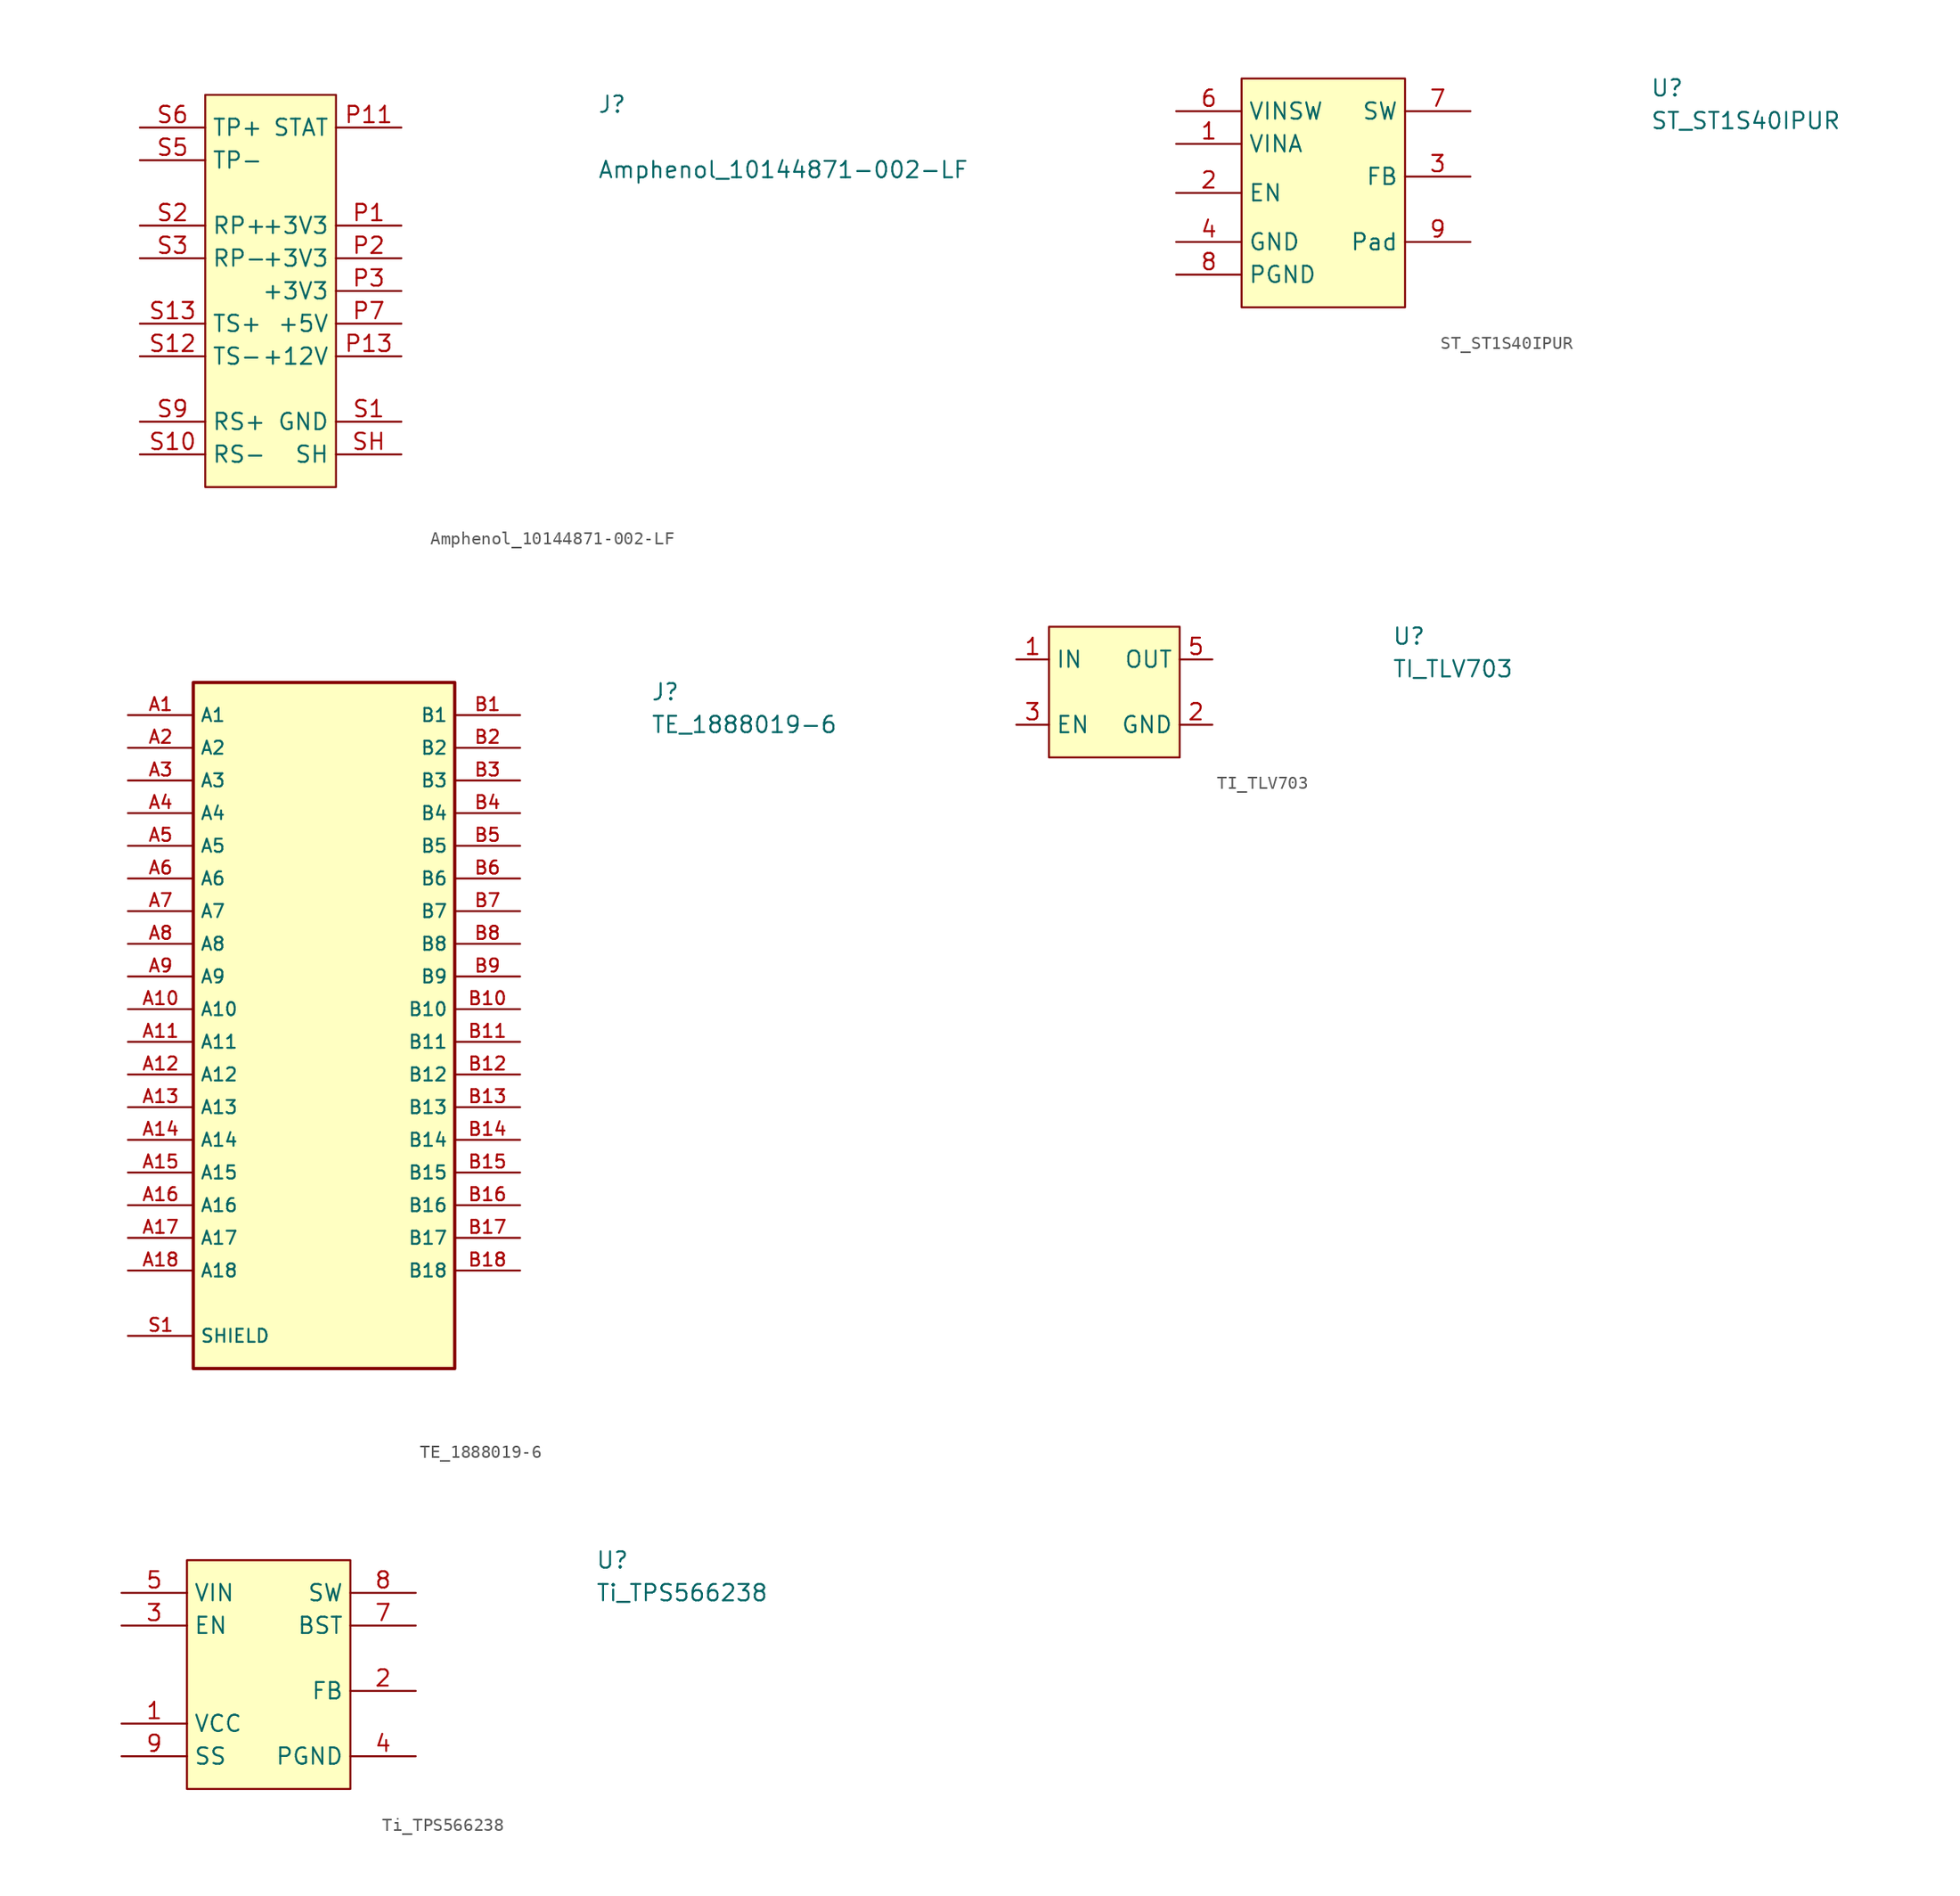
<source format=kicad_sym>
(kicad_symbol_lib
  (version 20231120)
  (generator "kicad_symbol_editor")
  (generator_version "8.0")
  (symbol "Amphenol_10144871-002-LF"
    (property "Reference" "J"
      (at 25.4 15.24 0)
      (effects (font (size 1.27 1.27)) (justify left top)))
    (property "Value" "Amphenol_10144871-002-LF"
      (at 25.4 10.16 0)
      (effects (font (size 1.27 1.27)) (justify left top)))
    (symbol "Amphenol_10144871-002-LF_0_0"
      (pin power_in line (at 10.16 5.08 180) (length 5.08) (name "+3V3" (effects (font (size 1.27 1.27)))) (number "P1" (effects (font (size 1.27 1.27)))))
      (pin passive line (at 10.16 -10.16 180) (length 5.08) hide (name "GND" (effects (font (size 1.27 1.27)))) (number "P10" (effects (font (size 1.27 1.27)))))
      (pin passive line (at 10.16 -10.16 180) (length 5.08) hide (name "GND" (effects (font (size 1.27 1.27)))) (number "P12" (effects (font (size 1.27 1.27)))))
      (pin power_in line (at 10.16 -5.08 180) (length 5.08) (name "+12V" (effects (font (size 1.27 1.27)))) (number "P13" (effects (font (size 1.27 1.27)))))
      (pin power_in line (at 10.16 -5.08 180) (length 5.08) hide (name "+12V" (effects (font (size 1.27 1.27)))) (number "P14" (effects (font (size 1.27 1.27)))))
      (pin power_in line (at 10.16 -5.08 180) (length 5.08) hide (name "+12V" (effects (font (size 1.27 1.27)))) (number "P15" (effects (font (size 1.27 1.27)))))
      (pin power_in line (at 10.16 2.54 180) (length 5.08) (name "+3V3" (effects (font (size 1.27 1.27)))) (number "P2" (effects (font (size 1.27 1.27)))))
      (pin power_in line (at 10.16 0 180) (length 5.08) (name "+3V3" (effects (font (size 1.27 1.27)))) (number "P3" (effects (font (size 1.27 1.27)))))
      (pin passive line (at 10.16 -10.16 180) (length 5.08) hide (name "GND" (effects (font (size 1.27 1.27)))) (number "P4" (effects (font (size 1.27 1.27)))))
      (pin passive line (at 10.16 -10.16 180) (length 5.08) hide (name "GND" (effects (font (size 1.27 1.27)))) (number "P5" (effects (font (size 1.27 1.27)))))
      (pin passive line (at 10.16 -10.16 180) (length 5.08) hide (name "GND" (effects (font (size 1.27 1.27)))) (number "P6" (effects (font (size 1.27 1.27)))))
      (pin power_in line (at 10.16 -2.54 180) (length 5.08) (name "+5V" (effects (font (size 1.27 1.27)))) (number "P7" (effects (font (size 1.27 1.27)))))
      (pin power_in line (at 10.16 -2.54 180) (length 5.08) hide (name "+5V" (effects (font (size 1.27 1.27)))) (number "P8" (effects (font (size 1.27 1.27)))))
      (pin power_in line (at 10.16 -2.54 180) (length 5.08) hide (name "+5V" (effects (font (size 1.27 1.27)))) (number "P9" (effects (font (size 1.27 1.27)))))
      (pin passive line (at 10.16 -10.16 180) (length 5.08) (name "GND" (effects (font (size 1.27 1.27)))) (number "S1" (effects (font (size 1.27 1.27)))))
      (pin input line (at -10.16 -12.7 0) (length 5.08) (name "RS-" (effects (font (size 1.27 1.27)))) (number "S10" (effects (font (size 1.27 1.27)))))
      (pin passive line (at 10.16 -10.16 180) (length 5.08) hide (name "GND" (effects (font (size 1.27 1.27)))) (number "S11" (effects (font (size 1.27 1.27)))))
      (pin output line (at -10.16 -5.08 0) (length 5.08) (name "TS-" (effects (font (size 1.27 1.27)))) (number "S12" (effects (font (size 1.27 1.27)))))
      (pin output line (at -10.16 -2.54 0) (length 5.08) (name "TS+" (effects (font (size 1.27 1.27)))) (number "S13" (effects (font (size 1.27 1.27)))))
      (pin passive line (at 10.16 -10.16 180) (length 5.08) hide (name "GND" (effects (font (size 1.27 1.27)))) (number "S14" (effects (font (size 1.27 1.27)))))
      (pin input line (at -10.16 5.08 0) (length 5.08) (name "RP+" (effects (font (size 1.27 1.27)))) (number "S2" (effects (font (size 1.27 1.27)))))
      (pin input line (at -10.16 2.54 0) (length 5.08) (name "RP-" (effects (font (size 1.27 1.27)))) (number "S3" (effects (font (size 1.27 1.27)))))
      (pin passive line (at 10.16 -10.16 180) (length 5.08) hide (name "GND" (effects (font (size 1.27 1.27)))) (number "S4" (effects (font (size 1.27 1.27)))))
      (pin output line (at -10.16 10.16 0) (length 5.08) (name "TP-" (effects (font (size 1.27 1.27)))) (number "S5" (effects (font (size 1.27 1.27)))))
      (pin output line (at -10.16 12.7 0) (length 5.08) (name "TP+" (effects (font (size 1.27 1.27)))) (number "S6" (effects (font (size 1.27 1.27)))))
      (pin passive line (at 10.16 -10.16 180) (length 5.08) hide (name "GND" (effects (font (size 1.27 1.27)))) (number "S7" (effects (font (size 1.27 1.27)))))
      (pin passive line (at 10.16 -10.16 180) (length 5.08) hide (name "GND" (effects (font (size 1.27 1.27)))) (number "S8" (effects (font (size 1.27 1.27)))))
      (pin input line (at -10.16 -10.16 0) (length 5.08) (name "RS+" (effects (font (size 1.27 1.27)))) (number "S9" (effects (font (size 1.27 1.27))))))
    (symbol "Amphenol_10144871-002-LF_0_1"
      (rectangle (start -5.08 15.24) (end 5.08 -15.24) (stroke (width 0) (type default)) (fill (type background))))
    (symbol "Amphenol_10144871-002-LF_1_0"
      (pin open_collector line (at 10.16 12.7 180) (length 5.08) (name "STAT" (effects (font (size 1.27 1.27)))) (number "P11" (effects (font (size 1.27 1.27)))))
      (pin passive line (at 10.16 -12.7 180) (length 5.08) (name "SH" (effects (font (size 1.27 1.27)))) (number "SH" (effects (font (size 1.27 1.27)))))))
  (symbol "ST_ST1S40IPUR"
    (property "Reference" "U"
      (at 25.4 8.89 0)
      (effects (font (size 1.27 1.27)) (justify left top)))
    (property "Value" "ST_ST1S40IPUR"
      (at 25.4 6.35 0)
      (effects (font (size 1.27 1.27)) (justify left top)))
    (symbol "ST_ST1S40IPUR_0_1"
      (pin power_in line (at -11.43 3.81 0) (length 5.08) (name "VINA" (effects (font (size 1.27 1.27)))) (number "1" (effects (font (size 1.27 1.27)))))
      (pin input line (at -11.43 0 0) (length 5.08) (name "EN" (effects (font (size 1.27 1.27)))) (number "2" (effects (font (size 1.27 1.27)))))
      (pin input line (at 11.43 1.27 180) (length 5.08) (name "FB" (effects (font (size 1.27 1.27)))) (number "3" (effects (font (size 1.27 1.27)))))
      (pin power_in line (at -11.43 -3.81 0) (length 5.08) (name "GND" (effects (font (size 1.27 1.27)))) (number "4" (effects (font (size 1.27 1.27)))))
      (pin no_connect line (at 6.35 -1.27 180) (length 5.08) hide (name "NC" (effects (font (size 1.27 1.27)))) (number "5" (effects (font (size 1.27 1.27)))))
      (pin power_in line (at -11.43 6.35 0) (length 5.08) (name "VINSW" (effects (font (size 1.27 1.27)))) (number "6" (effects (font (size 1.27 1.27)))))
      (pin power_out line (at 11.43 6.35 180) (length 5.08) (name "SW" (effects (font (size 1.27 1.27)))) (number "7" (effects (font (size 1.27 1.27)))))
      (pin power_in line (at -11.43 -6.35 0) (length 5.08) (name "PGND" (effects (font (size 1.27 1.27)))) (number "8" (effects (font (size 1.27 1.27)))))
      (pin passive line (at 11.43 -3.81 180) (length 5.08) (name "Pad" (effects (font (size 1.27 1.27)))) (number "9" (effects (font (size 1.27 1.27))))))
    (symbol "ST_ST1S40IPUR_1_1"
      (rectangle (start -6.35 8.89) (end 6.35 -8.89) (stroke (width 0) (type default)) (fill (type background)))))
  (symbol "TE_1888019-6"
    (property "Reference" "J"
      (at 25.4 25.4 0)
      (effects (font (size 1.27 1.27)) (justify left top)))
    (property "Value" "TE_1888019-6"
      (at 25.4 22.86 0)
      (effects (font (size 1.27 1.27)) (justify left top)))
    (symbol "TE_1888019-6_0_0"
      (rectangle (start -10.16 25.4) (end 10.16 -27.94) (stroke (width 0.254) (type default)) (fill (type background)))
      (pin passive line (at -15.24 22.86 0) (length 5.08) (name "A1" (effects (font (size 1.016 1.016)))) (number "A1" (effects (font (size 1.016 1.016)))))
      (pin passive line (at -15.24 0 0) (length 5.08) (name "A10" (effects (font (size 1.016 1.016)))) (number "A10" (effects (font (size 1.016 1.016)))))
      (pin passive line (at -15.24 -2.54 0) (length 5.08) (name "A11" (effects (font (size 1.016 1.016)))) (number "A11" (effects (font (size 1.016 1.016)))))
      (pin passive line (at -15.24 -5.08 0) (length 5.08) (name "A12" (effects (font (size 1.016 1.016)))) (number "A12" (effects (font (size 1.016 1.016)))))
      (pin passive line (at -15.24 -7.62 0) (length 5.08) (name "A13" (effects (font (size 1.016 1.016)))) (number "A13" (effects (font (size 1.016 1.016)))))
      (pin passive line (at -15.24 -10.16 0) (length 5.08) (name "A14" (effects (font (size 1.016 1.016)))) (number "A14" (effects (font (size 1.016 1.016)))))
      (pin passive line (at -15.24 -12.7 0) (length 5.08) (name "A15" (effects (font (size 1.016 1.016)))) (number "A15" (effects (font (size 1.016 1.016)))))
      (pin passive line (at -15.24 -15.24 0) (length 5.08) (name "A16" (effects (font (size 1.016 1.016)))) (number "A16" (effects (font (size 1.016 1.016)))))
      (pin passive line (at -15.24 -17.78 0) (length 5.08) (name "A17" (effects (font (size 1.016 1.016)))) (number "A17" (effects (font (size 1.016 1.016)))))
      (pin passive line (at -15.24 -20.32 0) (length 5.08) (name "A18" (effects (font (size 1.016 1.016)))) (number "A18" (effects (font (size 1.016 1.016)))))
      (pin passive line (at -15.24 20.32 0) (length 5.08) (name "A2" (effects (font (size 1.016 1.016)))) (number "A2" (effects (font (size 1.016 1.016)))))
      (pin passive line (at -15.24 17.78 0) (length 5.08) (name "A3" (effects (font (size 1.016 1.016)))) (number "A3" (effects (font (size 1.016 1.016)))))
      (pin passive line (at -15.24 15.24 0) (length 5.08) (name "A4" (effects (font (size 1.016 1.016)))) (number "A4" (effects (font (size 1.016 1.016)))))
      (pin passive line (at -15.24 12.7 0) (length 5.08) (name "A5" (effects (font (size 1.016 1.016)))) (number "A5" (effects (font (size 1.016 1.016)))))
      (pin passive line (at -15.24 10.16 0) (length 5.08) (name "A6" (effects (font (size 1.016 1.016)))) (number "A6" (effects (font (size 1.016 1.016)))))
      (pin passive line (at -15.24 7.62 0) (length 5.08) (name "A7" (effects (font (size 1.016 1.016)))) (number "A7" (effects (font (size 1.016 1.016)))))
      (pin passive line (at -15.24 5.08 0) (length 5.08) (name "A8" (effects (font (size 1.016 1.016)))) (number "A8" (effects (font (size 1.016 1.016)))))
      (pin passive line (at -15.24 2.54 0) (length 5.08) (name "A9" (effects (font (size 1.016 1.016)))) (number "A9" (effects (font (size 1.016 1.016)))))
      (pin passive line (at 15.24 22.86 180) (length 5.08) (name "B1" (effects (font (size 1.016 1.016)))) (number "B1" (effects (font (size 1.016 1.016)))))
      (pin passive line (at 15.24 0 180) (length 5.08) (name "B10" (effects (font (size 1.016 1.016)))) (number "B10" (effects (font (size 1.016 1.016)))))
      (pin passive line (at 15.24 -2.54 180) (length 5.08) (name "B11" (effects (font (size 1.016 1.016)))) (number "B11" (effects (font (size 1.016 1.016)))))
      (pin passive line (at 15.24 -5.08 180) (length 5.08) (name "B12" (effects (font (size 1.016 1.016)))) (number "B12" (effects (font (size 1.016 1.016)))))
      (pin passive line (at 15.24 -7.62 180) (length 5.08) (name "B13" (effects (font (size 1.016 1.016)))) (number "B13" (effects (font (size 1.016 1.016)))))
      (pin passive line (at 15.24 -10.16 180) (length 5.08) (name "B14" (effects (font (size 1.016 1.016)))) (number "B14" (effects (font (size 1.016 1.016)))))
      (pin passive line (at 15.24 -12.7 180) (length 5.08) (name "B15" (effects (font (size 1.016 1.016)))) (number "B15" (effects (font (size 1.016 1.016)))))
      (pin passive line (at 15.24 -15.24 180) (length 5.08) (name "B16" (effects (font (size 1.016 1.016)))) (number "B16" (effects (font (size 1.016 1.016)))))
      (pin passive line (at 15.24 -17.78 180) (length 5.08) (name "B17" (effects (font (size 1.016 1.016)))) (number "B17" (effects (font (size 1.016 1.016)))))
      (pin passive line (at 15.24 -20.32 180) (length 5.08) (name "B18" (effects (font (size 1.016 1.016)))) (number "B18" (effects (font (size 1.016 1.016)))))
      (pin passive line (at 15.24 20.32 180) (length 5.08) (name "B2" (effects (font (size 1.016 1.016)))) (number "B2" (effects (font (size 1.016 1.016)))))
      (pin passive line (at 15.24 17.78 180) (length 5.08) (name "B3" (effects (font (size 1.016 1.016)))) (number "B3" (effects (font (size 1.016 1.016)))))
      (pin passive line (at 15.24 15.24 180) (length 5.08) (name "B4" (effects (font (size 1.016 1.016)))) (number "B4" (effects (font (size 1.016 1.016)))))
      (pin passive line (at 15.24 12.7 180) (length 5.08) (name "B5" (effects (font (size 1.016 1.016)))) (number "B5" (effects (font (size 1.016 1.016)))))
      (pin passive line (at 15.24 10.16 180) (length 5.08) (name "B6" (effects (font (size 1.016 1.016)))) (number "B6" (effects (font (size 1.016 1.016)))))
      (pin passive line (at 15.24 7.62 180) (length 5.08) (name "B7" (effects (font (size 1.016 1.016)))) (number "B7" (effects (font (size 1.016 1.016)))))
      (pin passive line (at 15.24 5.08 180) (length 5.08) (name "B8" (effects (font (size 1.016 1.016)))) (number "B8" (effects (font (size 1.016 1.016)))))
      (pin passive line (at 15.24 2.54 180) (length 5.08) (name "B9" (effects (font (size 1.016 1.016)))) (number "B9" (effects (font (size 1.016 1.016)))))
      (pin passive line (at -15.24 -25.4 0) (length 5.08) (name "SHIELD" (effects (font (size 1.016 1.016)))) (number "S1" (effects (font (size 1.016 1.016)))))
      (pin passive line (at -15.24 -25.4 0) (length 5.08) hide (name "SHIELD" (effects (font (size 1.016 1.016)))) (number "S2" (effects (font (size 1.016 1.016)))))
      (pin passive line (at -15.24 -25.4 0) (length 5.08) hide (name "SHIELD" (effects (font (size 1.016 1.016)))) (number "S3" (effects (font (size 1.016 1.016)))))
      (pin passive line (at -15.24 -25.4 0) (length 5.08) hide (name "SHIELD" (effects (font (size 1.016 1.016)))) (number "S4" (effects (font (size 1.016 1.016)))))
      (pin passive line (at -15.24 -25.4 0) (length 5.08) hide (name "SHIELD" (effects (font (size 1.016 1.016)))) (number "S5" (effects (font (size 1.016 1.016)))))
      (pin passive line (at -15.24 -25.4 0) (length 5.08) hide (name "SHIELD" (effects (font (size 1.016 1.016)))) (number "S6" (effects (font (size 1.016 1.016)))))))
  (symbol "TI_TLV703"
    (property "Reference" "U"
      (at 21.59 5.08 0)
      (effects (font (size 1.27 1.27)) (justify left top)))
    (property "Value" "TI_TLV703"
      (at 21.59 2.54 0)
      (effects (font (size 1.27 1.27)) (justify left top)))
    (symbol "TI_TLV703_0_1"
      (pin power_in line (at -7.62 2.54 0) (length 2.54) (name "IN" (effects (font (size 1.27 1.27)))) (number "1" (effects (font (size 1.27 1.27)))))
      (pin power_in line (at 7.62 -2.54 180) (length 2.54) (name "GND" (effects (font (size 1.27 1.27)))) (number "2" (effects (font (size 1.27 1.27)))))
      (pin input line (at -7.62 -2.54 0) (length 2.54) (name "EN" (effects (font (size 1.27 1.27)))) (number "3" (effects (font (size 1.27 1.27)))))
      (pin no_connect line (at -5.08 0 0) (length 2.54) hide (name "NC" (effects (font (size 1.27 1.27)))) (number "4" (effects (font (size 1.27 1.27)))))
      (pin power_out line (at 7.62 2.54 180) (length 2.54) (name "OUT" (effects (font (size 1.27 1.27)))) (number "5" (effects (font (size 1.27 1.27))))))
    (symbol "TI_TLV703_1_1"
      (rectangle (start -5.08 5.08) (end 5.08 -5.08) (stroke (width 0) (type default)) (fill (type background)))))
  (symbol "Ti_TPS566238"
    (property "Reference" "U"
      (at 25.4 8.89 0)
      (effects (font (size 1.27 1.27)) (justify left)))
    (property "Value" "Ti_TPS566238"
      (at 25.4 6.35 0)
      (effects (font (size 1.27 1.27)) (justify left)))
    (symbol "Ti_TPS566238_0_1"
      (pin power_in line (at -11.43 -3.81 0) (length 5.08) (name "VCC" (effects (font (size 1.27 1.27)))) (number "1" (effects (font (size 1.27 1.27)))))
      (pin input line (at 11.43 -1.27 180) (length 5.08) (name "FB" (effects (font (size 1.27 1.27)))) (number "2" (effects (font (size 1.27 1.27)))))
      (pin input line (at -11.43 3.81 0) (length 5.08) (name "EN" (effects (font (size 1.27 1.27)))) (number "3" (effects (font (size 1.27 1.27)))))
      (pin power_in line (at 11.43 -6.35 180) (length 5.08) (name "PGND" (effects (font (size 1.27 1.27)))) (number "4" (effects (font (size 1.27 1.27)))))
      (pin power_in line (at -11.43 6.35 0) (length 5.08) (name "VIN" (effects (font (size 1.27 1.27)))) (number "5" (effects (font (size 1.27 1.27)))))
      (pin power_in line (at -11.43 6.35 0) (length 5.08) hide (name "VIN" (effects (font (size 1.27 1.27)))) (number "6" (effects (font (size 1.27 1.27)))))
      (pin power_in line (at 11.43 3.81 180) (length 5.08) (name "BST" (effects (font (size 1.27 1.27)))) (number "7" (effects (font (size 1.27 1.27)))))
      (pin power_out line (at 11.43 6.35 180) (length 5.08) (name "SW" (effects (font (size 1.27 1.27)))) (number "8" (effects (font (size 1.27 1.27)))))
      (pin output line (at -11.43 -6.35 0) (length 5.08) (name "SS" (effects (font (size 1.27 1.27)))) (number "9" (effects (font (size 1.27 1.27))))))
    (symbol "Ti_TPS566238_1_1"
      (rectangle (start -6.35 8.89) (end 6.35 -8.89) (stroke (width 0) (type default)) (fill (type background))))))
</source>
